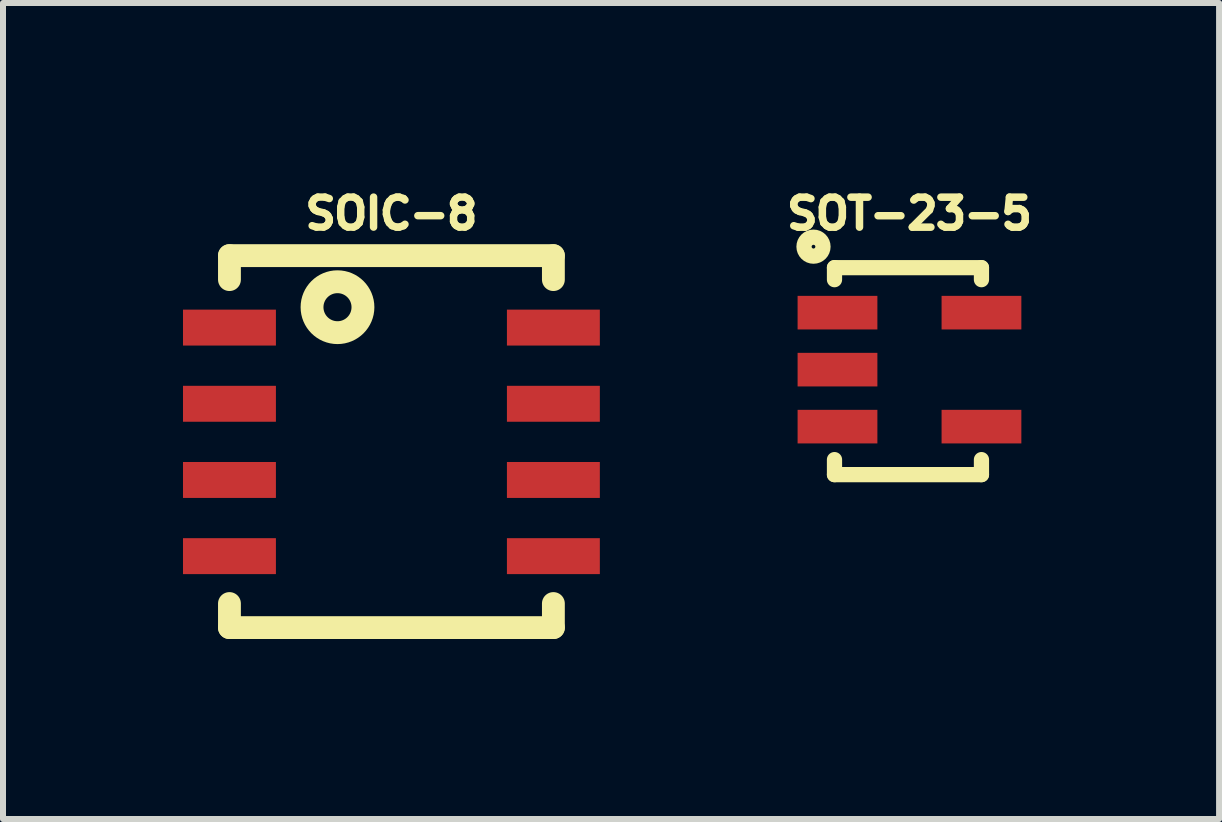
<source format=kicad_pcb>
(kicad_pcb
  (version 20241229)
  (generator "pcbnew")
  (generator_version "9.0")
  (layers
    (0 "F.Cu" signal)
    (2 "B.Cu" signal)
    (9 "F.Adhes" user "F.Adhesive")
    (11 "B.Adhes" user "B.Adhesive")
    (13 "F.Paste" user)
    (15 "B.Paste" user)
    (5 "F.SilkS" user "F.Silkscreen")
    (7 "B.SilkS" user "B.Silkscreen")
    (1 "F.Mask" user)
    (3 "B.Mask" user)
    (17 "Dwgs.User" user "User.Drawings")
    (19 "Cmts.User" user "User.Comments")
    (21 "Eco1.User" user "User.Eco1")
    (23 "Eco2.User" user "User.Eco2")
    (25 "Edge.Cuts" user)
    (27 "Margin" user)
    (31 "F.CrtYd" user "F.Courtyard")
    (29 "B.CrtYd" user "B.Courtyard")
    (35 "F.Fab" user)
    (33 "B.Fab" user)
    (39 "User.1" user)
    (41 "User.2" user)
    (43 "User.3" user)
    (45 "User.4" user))
  (footprint "SOIC-8"
    (layer "F.Cu")
    (at 3.475 4.311)
    (property "Reference" "SOIC-8" (at 0 -3.8 0) (layer "F.SilkS") (effects (font (size 0.5 0.5) (thickness 0.124))))
    (attr smd)
    (fp_line (start -2.7 -3.099) (end -2.7 -2.7) (stroke (width 0.381) (type solid)) (layer "F.SilkS"))
    (fp_line (start -2.7 3.101) (end -2.7 2.7) (stroke (width 0.381) (type solid)) (layer "F.SilkS"))
    (fp_line (start 2.7 -3.1) (end -2.7 -3.1) (stroke (width 0.381) (type solid)) (layer "F.SilkS"))
    (fp_line (start 2.7 -3.099) (end 2.7 -2.7) (stroke (width 0.381) (type solid)) (layer "F.SilkS"))
    (fp_line (start 2.7 2.7) (end 2.7 3.101) (stroke (width 0.381) (type solid)) (layer "F.SilkS"))
    (fp_line (start 2.7 3.101) (end -2.7 3.101) (stroke (width 0.381) (type solid)) (layer "F.SilkS"))
    (fp_circle (center -0.899 -2.24) (end -1.09 -2.619) (stroke (width 0.381) (type solid)) (fill no) (layer "F.SilkS"))
    (pad "1" smd rect (at -2.7 -1.9 270) (size 0.599 1.549) (layers "F.Cu" "F.Mask" "F.Paste"))
    (pad "2" smd rect (at -2.7 -0.63 270) (size 0.599 1.549) (layers "F.Cu" "F.Mask" "F.Paste"))
    (pad "3" smd rect (at -2.7 0.64 270) (size 0.599 1.549) (layers "F.Cu" "F.Mask" "F.Paste"))
    (pad "4" smd rect (at -2.7 1.91 270) (size 0.599 1.549) (layers "F.Cu" "F.Mask" "F.Paste"))
    (pad "5" smd rect (at 2.7 1.91 270) (size 0.599 1.549) (layers "F.Cu" "F.Mask" "F.Paste"))
    (pad "6" smd rect (at 2.7 0.64 270) (size 0.599 1.549) (layers "F.Cu" "F.Mask" "F.Paste"))
    (pad "7" smd rect (at 2.7 -0.63 270) (size 0.599 1.549) (layers "F.Cu" "F.Mask" "F.Paste"))
    (pad "8" smd rect (at 2.7 -1.9 270) (size 0.599 1.549) (layers "F.Cu" "F.Mask" "F.Paste")))
  (footprint "SOT-23-5"
    (layer "F.Cu")
    (at 12.111 3.112)
    (property "Reference" "SOT-23-5" (at 0 -2.6 0) (layer "F.SilkS") (effects (font (size 0.5 0.5) (thickness 0.125))))
    (attr smd)
    (fp_line (start -1.25 -1.7) (end 1.2 -1.7) (stroke (width 0.254) (type solid)) (layer "F.SilkS"))
    (fp_line (start -1.25 -1.5) (end -1.25 -1.7) (stroke (width 0.254) (type solid)) (layer "F.SilkS"))
    (fp_line (start -1.25 1.5) (end -1.25 1.75) (stroke (width 0.254) (type solid)) (layer "F.SilkS"))
    (fp_line (start -1.25 1.75) (end 1.2 1.75) (stroke (width 0.254) (type solid)) (layer "F.SilkS"))
    (fp_line (start 1.2 -1.7) (end 1.2 -1.5) (stroke (width 0.254) (type solid)) (layer "F.SilkS"))
    (fp_line (start 1.2 1.75) (end 1.2 1.5) (stroke (width 0.254) (type solid)) (layer "F.SilkS"))
    (fp_circle (center -1.6 -2.05) (end -1.75 -2) (stroke (width 0.254) (type solid)) (fill no) (layer "F.SilkS"))
    (pad "1" smd rect (at -1.2 -0.95) (size 1.33 0.56) (layers "F.Cu" "F.Mask" "F.Paste"))
    (pad "2" smd rect (at -1.2 0) (size 1.33 0.56) (layers "F.Cu" "F.Mask" "F.Paste"))
    (pad "3" smd rect (at -1.2 0.95) (size 1.33 0.56) (layers "F.Cu" "F.Mask" "F.Paste"))
    (pad "4" smd rect (at 1.2 0.95) (size 1.33 0.56) (layers "F.Cu" "F.Mask" "F.Paste"))
    (pad "5" smd rect (at 1.2 -0.95) (size 1.33 0.56) (layers "F.Cu" "F.Mask" "F.Paste")))
  (gr_rect
    (start -3 -3)
    (end 17.272 10.603)
    (stroke (width 0.1) (type default))
    (fill no)
    (layer "Edge.Cuts")))
</source>
